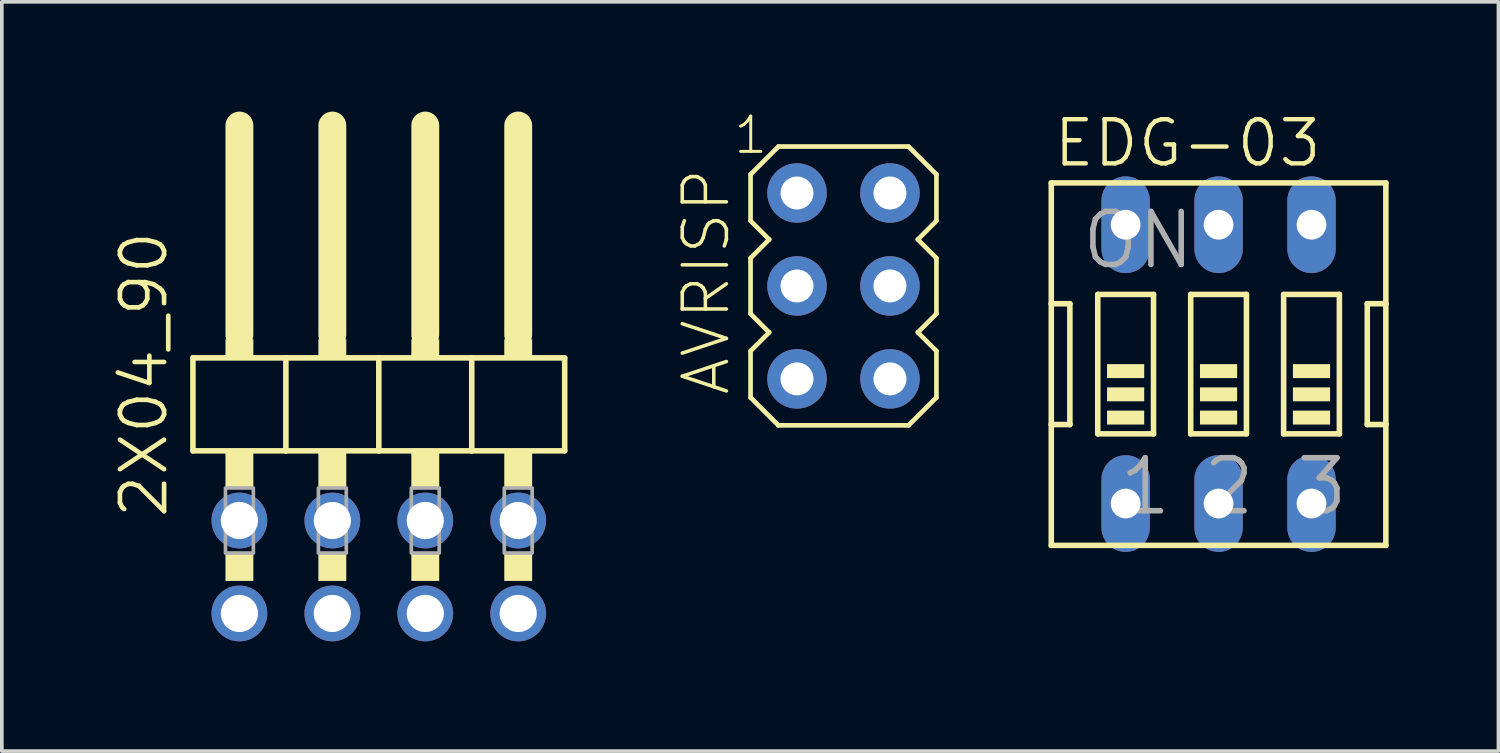
<source format=kicad_pcb>
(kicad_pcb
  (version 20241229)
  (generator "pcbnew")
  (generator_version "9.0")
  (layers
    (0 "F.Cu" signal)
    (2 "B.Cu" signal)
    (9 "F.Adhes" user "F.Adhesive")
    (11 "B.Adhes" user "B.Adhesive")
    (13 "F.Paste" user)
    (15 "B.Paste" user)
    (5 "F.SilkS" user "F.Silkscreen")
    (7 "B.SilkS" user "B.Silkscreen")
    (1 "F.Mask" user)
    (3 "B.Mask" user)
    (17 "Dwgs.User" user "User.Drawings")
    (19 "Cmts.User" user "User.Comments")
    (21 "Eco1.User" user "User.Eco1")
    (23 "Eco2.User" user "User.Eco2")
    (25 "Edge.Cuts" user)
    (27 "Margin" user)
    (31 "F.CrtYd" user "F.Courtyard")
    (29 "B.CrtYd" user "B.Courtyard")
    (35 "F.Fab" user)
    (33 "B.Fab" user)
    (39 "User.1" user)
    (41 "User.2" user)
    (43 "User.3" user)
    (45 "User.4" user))
  (footprint "2X04_90"
    (layer "F.Cu")
    (at 7.303 7.366)
    (property "Reference" "2X04_90" (at -5.715 3.81 90) (layer "F.SilkS") (effects (font (size 1.206 1.206) (thickness 0.127)) (justify left bottom)))
    (attr through_hole)
    (fp_line (start -5.08 -0.635) (end -5.08 1.905) (stroke (width 0.152) (type solid)) (layer "F.SilkS"))
    (fp_line (start -5.08 1.905) (end -2.54 1.905) (stroke (width 0.152) (type solid)) (layer "F.SilkS"))
    (fp_line (start -3.81 -6.985) (end -3.81 -1.27) (stroke (width 0.762) (type solid)) (layer "F.SilkS"))
    (fp_line (start -2.54 -0.635) (end -5.08 -0.635) (stroke (width 0.152) (type solid)) (layer "F.SilkS"))
    (fp_line (start -2.54 1.905) (end -2.54 -0.635) (stroke (width 0.152) (type solid)) (layer "F.SilkS"))
    (fp_line (start -2.54 1.905) (end 0 1.905) (stroke (width 0.152) (type solid)) (layer "F.SilkS"))
    (fp_line (start -1.27 -6.985) (end -1.27 -1.27) (stroke (width 0.762) (type solid)) (layer "F.SilkS"))
    (fp_line (start 0 -0.635) (end -2.54 -0.635) (stroke (width 0.152) (type solid)) (layer "F.SilkS"))
    (fp_line (start 0 1.905) (end 0 -0.635) (stroke (width 0.152) (type solid)) (layer "F.SilkS"))
    (fp_line (start 0 1.905) (end 2.54 1.905) (stroke (width 0.152) (type solid)) (layer "F.SilkS"))
    (fp_line (start 1.27 -6.985) (end 1.27 -1.27) (stroke (width 0.762) (type solid)) (layer "F.SilkS"))
    (fp_line (start 2.54 -0.635) (end 0 -0.635) (stroke (width 0.152) (type solid)) (layer "F.SilkS"))
    (fp_line (start 2.54 1.905) (end 2.54 -0.635) (stroke (width 0.152) (type solid)) (layer "F.SilkS"))
    (fp_line (start 2.54 1.905) (end 5.08 1.905) (stroke (width 0.152) (type solid)) (layer "F.SilkS"))
    (fp_line (start 3.81 -6.985) (end 3.81 -1.27) (stroke (width 0.762) (type solid)) (layer "F.SilkS"))
    (fp_line (start 5.08 -0.635) (end 2.54 -0.635) (stroke (width 0.152) (type solid)) (layer "F.SilkS"))
    (fp_line (start 5.08 1.905) (end 5.08 -0.635) (stroke (width 0.152) (type solid)) (layer "F.SilkS"))
    (fp_poly (pts (xy -4.191 -0.635) (xy -3.429 -0.635) (xy -3.429 -1.143) (xy -4.191 -1.143)) (stroke (width 0) (type solid)) (fill yes) (layer "F.SilkS"))
    (fp_poly (pts (xy -4.191 2.921) (xy -3.429 2.921) (xy -3.429 1.905) (xy -4.191 1.905)) (stroke (width 0) (type solid)) (fill yes) (layer "F.SilkS"))
    (fp_poly (pts (xy -4.191 5.461) (xy -3.429 5.461) (xy -3.429 4.699) (xy -4.191 4.699)) (stroke (width 0) (type solid)) (fill yes) (layer "F.SilkS"))
    (fp_poly (pts (xy -1.651 -0.635) (xy -0.889 -0.635) (xy -0.889 -1.143) (xy -1.651 -1.143)) (stroke (width 0) (type solid)) (fill yes) (layer "F.SilkS"))
    (fp_poly (pts (xy -1.651 2.921) (xy -0.889 2.921) (xy -0.889 1.905) (xy -1.651 1.905)) (stroke (width 0) (type solid)) (fill yes) (layer "F.SilkS"))
    (fp_poly (pts (xy -1.651 5.461) (xy -0.889 5.461) (xy -0.889 4.699) (xy -1.651 4.699)) (stroke (width 0) (type solid)) (fill yes) (layer "F.SilkS"))
    (fp_poly (pts (xy 0.889 -0.635) (xy 1.651 -0.635) (xy 1.651 -1.143) (xy 0.889 -1.143)) (stroke (width 0) (type solid)) (fill yes) (layer "F.SilkS"))
    (fp_poly (pts (xy 0.889 2.921) (xy 1.651 2.921) (xy 1.651 1.905) (xy 0.889 1.905)) (stroke (width 0) (type solid)) (fill yes) (layer "F.SilkS"))
    (fp_poly (pts (xy 0.889 5.461) (xy 1.651 5.461) (xy 1.651 4.699) (xy 0.889 4.699)) (stroke (width 0) (type solid)) (fill yes) (layer "F.SilkS"))
    (fp_poly (pts (xy 3.429 -0.635) (xy 4.191 -0.635) (xy 4.191 -1.143) (xy 3.429 -1.143)) (stroke (width 0) (type solid)) (fill yes) (layer "F.SilkS"))
    (fp_poly (pts (xy 3.429 2.921) (xy 4.191 2.921) (xy 4.191 1.905) (xy 3.429 1.905)) (stroke (width 0) (type solid)) (fill yes) (layer "F.SilkS"))
    (fp_poly (pts (xy 3.429 5.461) (xy 4.191 5.461) (xy 4.191 4.699) (xy 3.429 4.699)) (stroke (width 0) (type solid)) (fill yes) (layer "F.SilkS"))
    (fp_poly (pts (xy -4.191 4.699) (xy -3.429 4.699) (xy -3.429 2.921) (xy -4.191 2.921)) (stroke (width 0.1) (type solid)) (fill no) (layer "F.Fab"))
    (fp_poly (pts (xy -1.651 4.699) (xy -0.889 4.699) (xy -0.889 2.921) (xy -1.651 2.921)) (stroke (width 0.1) (type solid)) (fill no) (layer "F.Fab"))
    (fp_poly (pts (xy 0.889 4.699) (xy 1.651 4.699) (xy 1.651 2.921) (xy 0.889 2.921)) (stroke (width 0.1) (type solid)) (fill no) (layer "F.Fab"))
    (fp_poly (pts (xy 3.429 4.699) (xy 4.191 4.699) (xy 4.191 2.921) (xy 3.429 2.921)) (stroke (width 0.1) (type solid)) (fill no) (layer "F.Fab"))
    (pad "1" thru_hole circle (at -3.81 6.35) (size 1.524 1.524) (drill 1.016) (layers "*.Cu" "*.Mask"))
    (pad "2" thru_hole circle (at -3.81 3.81) (size 1.524 1.524) (drill 1.016) (layers "*.Cu" "*.Mask"))
    (pad "3" thru_hole circle (at -1.27 6.35) (size 1.524 1.524) (drill 1.016) (layers "*.Cu" "*.Mask"))
    (pad "4" thru_hole circle (at -1.27 3.81) (size 1.524 1.524) (drill 1.016) (layers "*.Cu" "*.Mask"))
    (pad "5" thru_hole circle (at 1.27 6.35) (size 1.524 1.524) (drill 1.016) (layers "*.Cu" "*.Mask"))
    (pad "6" thru_hole circle (at 1.27 3.81) (size 1.524 1.524) (drill 1.016) (layers "*.Cu" "*.Mask"))
    (pad "7" thru_hole circle (at 3.81 6.35) (size 1.524 1.524) (drill 1.016) (layers "*.Cu" "*.Mask"))
    (pad "8" thru_hole circle (at 3.81 3.81) (size 1.524 1.524) (drill 1.016) (layers "*.Cu" "*.Mask")))
  (footprint "EDG-03"
    (layer "F.Cu")
    (at 30.254 6.902)
    (property "Reference" "EDG-03" (at -4.572 -5.334 0) (layer "F.SilkS") (effects (font (size 1.206 1.206) (thickness 0.121)) (justify left bottom)))
    (attr through_hole)
    (fp_line (start -4.572 -4.953) (end -4.572 -1.651) (stroke (width 0.152) (type solid)) (layer "F.SilkS"))
    (fp_line (start -4.572 -1.651) (end -4.572 1.651) (stroke (width 0.152) (type solid)) (layer "F.SilkS"))
    (fp_line (start -4.572 1.651) (end -4.572 4.953) (stroke (width 0.152) (type solid)) (layer "F.SilkS"))
    (fp_line (start -4.572 1.651) (end -4.064 1.651) (stroke (width 0.152) (type solid)) (layer "F.SilkS"))
    (fp_line (start -4.572 4.953) (end 4.572 4.953) (stroke (width 0.152) (type solid)) (layer "F.SilkS"))
    (fp_line (start -4.064 -1.651) (end -4.572 -1.651) (stroke (width 0.152) (type solid)) (layer "F.SilkS"))
    (fp_line (start -4.064 1.651) (end -4.064 -1.651) (stroke (width 0.152) (type solid)) (layer "F.SilkS"))
    (fp_line (start -3.302 -1.905) (end -3.302 1.905) (stroke (width 0.152) (type solid)) (layer "F.SilkS"))
    (fp_line (start -3.302 -1.905) (end -1.778 -1.905) (stroke (width 0.152) (type solid)) (layer "F.SilkS"))
    (fp_line (start -1.778 1.905) (end -3.302 1.905) (stroke (width 0.152) (type solid)) (layer "F.SilkS"))
    (fp_line (start -1.778 1.905) (end -1.778 -1.905) (stroke (width 0.152) (type solid)) (layer "F.SilkS"))
    (fp_line (start -0.762 -1.905) (end -0.762 1.905) (stroke (width 0.152) (type solid)) (layer "F.SilkS"))
    (fp_line (start -0.762 -1.905) (end 0.762 -1.905) (stroke (width 0.152) (type solid)) (layer "F.SilkS"))
    (fp_line (start 0.762 1.905) (end -0.762 1.905) (stroke (width 0.152) (type solid)) (layer "F.SilkS"))
    (fp_line (start 0.762 1.905) (end 0.762 -1.905) (stroke (width 0.152) (type solid)) (layer "F.SilkS"))
    (fp_line (start 1.778 -1.905) (end 1.778 1.905) (stroke (width 0.152) (type solid)) (layer "F.SilkS"))
    (fp_line (start 1.778 -1.905) (end 3.302 -1.905) (stroke (width 0.152) (type solid)) (layer "F.SilkS"))
    (fp_line (start 3.302 1.905) (end 1.778 1.905) (stroke (width 0.152) (type solid)) (layer "F.SilkS"))
    (fp_line (start 3.302 1.905) (end 3.302 -1.905) (stroke (width 0.152) (type solid)) (layer "F.SilkS"))
    (fp_line (start 4.064 -1.651) (end 4.064 1.651) (stroke (width 0.152) (type solid)) (layer "F.SilkS"))
    (fp_line (start 4.064 1.651) (end 4.572 1.651) (stroke (width 0.152) (type solid)) (layer "F.SilkS"))
    (fp_line (start 4.572 -4.953) (end -4.572 -4.953) (stroke (width 0.152) (type solid)) (layer "F.SilkS"))
    (fp_line (start 4.572 -1.651) (end 4.064 -1.651) (stroke (width 0.152) (type solid)) (layer "F.SilkS"))
    (fp_line (start 4.572 -1.651) (end 4.572 -4.953) (stroke (width 0.152) (type solid)) (layer "F.SilkS"))
    (fp_line (start 4.572 1.651) (end 4.572 -1.651) (stroke (width 0.152) (type solid)) (layer "F.SilkS"))
    (fp_line (start 4.572 4.953) (end 4.572 1.651) (stroke (width 0.152) (type solid)) (layer "F.SilkS"))
    (fp_poly (pts (xy -3.048 0.381) (xy -2.032 0.381) (xy -2.032 0) (xy -3.048 0)) (stroke (width 0) (type solid)) (fill yes) (layer "F.SilkS"))
    (fp_poly (pts (xy -3.048 1.016) (xy -2.032 1.016) (xy -2.032 0.635) (xy -3.048 0.635)) (stroke (width 0) (type solid)) (fill yes) (layer "F.SilkS"))
    (fp_poly (pts (xy -3.048 1.651) (xy -2.032 1.651) (xy -2.032 1.27) (xy -3.048 1.27)) (stroke (width 0) (type solid)) (fill yes) (layer "F.SilkS"))
    (fp_poly (pts (xy -0.508 0.381) (xy 0.508 0.381) (xy 0.508 0) (xy -0.508 0)) (stroke (width 0) (type solid)) (fill yes) (layer "F.SilkS"))
    (fp_poly (pts (xy -0.508 1.016) (xy 0.508 1.016) (xy 0.508 0.635) (xy -0.508 0.635)) (stroke (width 0) (type solid)) (fill yes) (layer "F.SilkS"))
    (fp_poly (pts (xy -0.508 1.651) (xy 0.508 1.651) (xy 0.508 1.27) (xy -0.508 1.27)) (stroke (width 0) (type solid)) (fill yes) (layer "F.SilkS"))
    (fp_poly (pts (xy 2.032 0.381) (xy 3.048 0.381) (xy 3.048 0) (xy 2.032 0)) (stroke (width 0) (type solid)) (fill yes) (layer "F.SilkS"))
    (fp_poly (pts (xy 2.032 1.016) (xy 3.048 1.016) (xy 3.048 0.635) (xy 2.032 0.635)) (stroke (width 0) (type solid)) (fill yes) (layer "F.SilkS"))
    (fp_poly (pts (xy 2.032 1.651) (xy 3.048 1.651) (xy 3.048 1.27) (xy 2.032 1.27)) (stroke (width 0) (type solid)) (fill yes) (layer "F.SilkS"))
    (fp_text user "1" (at -2.794 4.191 0) (layer "F.Fab") (effects (font (size 1.448 1.448) (thickness 0.152)) (justify left bottom)))
    (fp_text user "3" (at 2.032 4.191 0) (layer "F.Fab") (effects (font (size 1.448 1.448) (thickness 0.152)) (justify left bottom)))
    (fp_text user "2" (at -0.508 4.191 0) (layer "F.Fab") (effects (font (size 1.448 1.448) (thickness 0.152)) (justify left bottom)))
    (fp_text user "ON" (at -3.81 -2.54 0) (layer "F.Fab") (effects (font (size 1.448 1.448) (thickness 0.152)) (justify left bottom)))
    (pad "1" thru_hole oval (at -2.54 3.81 90) (size 2.642 1.321) (drill 0.813) (layers "*.Cu" "*.Mask"))
    (pad "2" thru_hole oval (at 0 3.81 90) (size 2.642 1.321) (drill 0.813) (layers "*.Cu" "*.Mask"))
    (pad "3" thru_hole oval (at 2.54 3.81 90) (size 2.642 1.321) (drill 0.813) (layers "*.Cu" "*.Mask"))
    (pad "4" thru_hole oval (at 2.54 -3.81 90) (size 2.642 1.321) (drill 0.813) (layers "*.Cu" "*.Mask"))
    (pad "5" thru_hole oval (at 0 -3.81 90) (size 2.642 1.321) (drill 0.813) (layers "*.Cu" "*.Mask"))
    (pad "6" thru_hole oval (at -2.54 -3.81 90) (size 2.642 1.321) (drill 0.813) (layers "*.Cu" "*.Mask")))
  (footprint "AVRISP"
    (layer "F.Cu")
    (at 20.003 4.765)
    (property "Reference" "AVRISP" (at -3.048 3.048 270) (layer "F.SilkS") (effects (font (size 1.206 1.206) (thickness 0.097)) (justify left bottom)))
    (attr through_hole)
    (fp_line (start -2.54 -3.048) (end -1.778 -3.81) (stroke (width 0.127) (type solid)) (layer "F.SilkS"))
    (fp_line (start -2.54 -1.778) (end -2.54 -3.048) (stroke (width 0.127) (type solid)) (layer "F.SilkS"))
    (fp_line (start -2.54 -0.762) (end -2.032 -1.27) (stroke (width 0.127) (type solid)) (layer "F.SilkS"))
    (fp_line (start -2.54 0.762) (end -2.54 -0.762) (stroke (width 0.127) (type solid)) (layer "F.SilkS"))
    (fp_line (start -2.54 1.778) (end -2.032 1.27) (stroke (width 0.127) (type solid)) (layer "F.SilkS"))
    (fp_line (start -2.54 3.048) (end -2.54 1.778) (stroke (width 0.127) (type solid)) (layer "F.SilkS"))
    (fp_line (start -2.032 -1.27) (end -2.54 -1.778) (stroke (width 0.127) (type solid)) (layer "F.SilkS"))
    (fp_line (start -2.032 1.27) (end -2.54 0.762) (stroke (width 0.127) (type solid)) (layer "F.SilkS"))
    (fp_line (start -1.778 -3.81) (end 1.778 -3.81) (stroke (width 0.127) (type solid)) (layer "F.SilkS"))
    (fp_line (start -1.778 3.81) (end -2.54 3.048) (stroke (width 0.127) (type solid)) (layer "F.SilkS"))
    (fp_line (start 1.778 -3.81) (end 2.54 -3.048) (stroke (width 0.127) (type solid)) (layer "F.SilkS"))
    (fp_line (start 1.778 3.81) (end -1.778 3.81) (stroke (width 0.127) (type solid)) (layer "F.SilkS"))
    (fp_line (start 2.032 -1.27) (end 2.54 -0.762) (stroke (width 0.127) (type solid)) (layer "F.SilkS"))
    (fp_line (start 2.032 1.27) (end 2.54 1.778) (stroke (width 0.127) (type solid)) (layer "F.SilkS"))
    (fp_line (start 2.54 -3.048) (end 2.54 -1.778) (stroke (width 0.127) (type solid)) (layer "F.SilkS"))
    (fp_line (start 2.54 -1.778) (end 2.032 -1.27) (stroke (width 0.127) (type solid)) (layer "F.SilkS"))
    (fp_line (start 2.54 -0.762) (end 2.54 0.762) (stroke (width 0.127) (type solid)) (layer "F.SilkS"))
    (fp_line (start 2.54 0.762) (end 2.032 1.27) (stroke (width 0.127) (type solid)) (layer "F.SilkS"))
    (fp_line (start 2.54 1.778) (end 2.54 3.048) (stroke (width 0.127) (type solid)) (layer "F.SilkS"))
    (fp_line (start 2.54 3.048) (end 1.778 3.81) (stroke (width 0.127) (type solid)) (layer "F.SilkS"))
    (fp_text user "1" (at -3.048 -3.556 0) (layer "F.SilkS") (effects (font (size 0.965 0.965) (thickness 0.081)) (justify left bottom)))
    (pad "1" thru_hole circle (at -1.27 -2.54) (size 1.626 1.626) (drill 0.9) (layers "*.Cu" "*.Mask"))
    (pad "2" thru_hole circle (at 1.27 -2.54) (size 1.626 1.626) (drill 0.9) (layers "*.Cu" "*.Mask"))
    (pad "3" thru_hole circle (at -1.27 0) (size 1.626 1.626) (drill 0.9) (layers "*.Cu" "*.Mask"))
    (pad "4" thru_hole circle (at 1.27 0) (size 1.626 1.626) (drill 0.9) (layers "*.Cu" "*.Mask"))
    (pad "5" thru_hole circle (at -1.27 2.54) (size 1.626 1.626) (drill 0.9) (layers "*.Cu" "*.Mask"))
    (pad "6" thru_hole circle (at 1.27 2.54) (size 1.626 1.626) (drill 0.9) (layers "*.Cu" "*.Mask")))
  (gr_rect
    (start -3 -3)
    (end 37.903 17.478)
    (stroke (width 0.1) (type default))
    (fill no)
    (layer "Edge.Cuts")))
</source>
